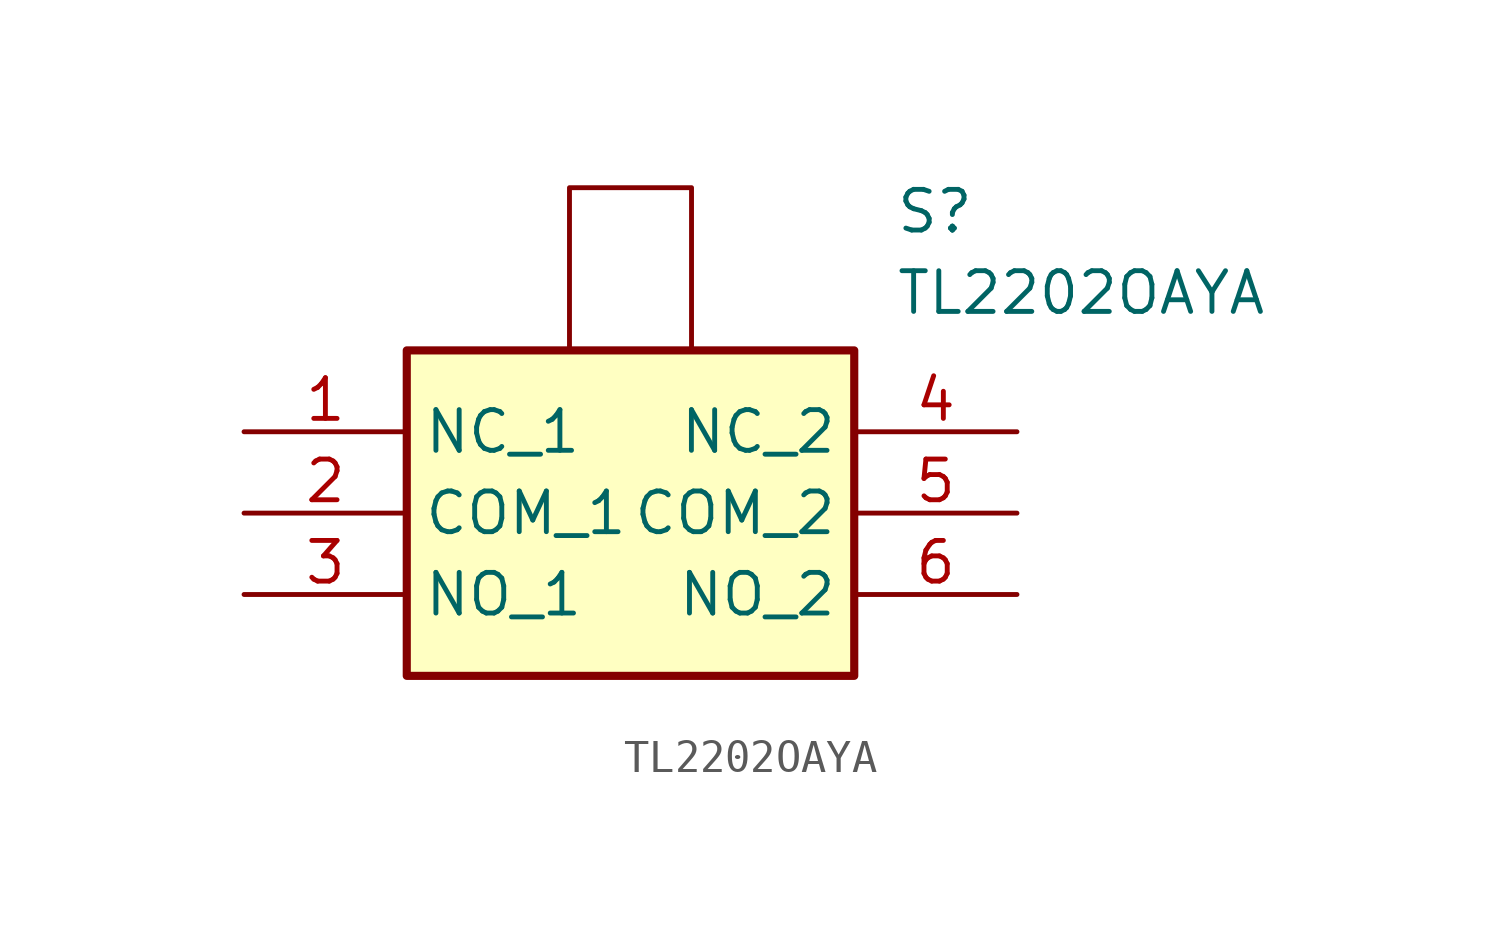
<source format=kicad_sym>
(kicad_symbol_lib
  (version 20220914)
  (generator kicad_symbol_editor)
  (symbol "TL2202OAYA"
    (property "Reference" "S"
      (at 26.67 7.62 0)
      (effects (font (size 1.27 1.27)) (justify left top)))
    (property "Value" "TL2202OAYA"
      (at 26.67 5.08 0)
      (effects (font (size 1.27 1.27)) (justify left top)))
    (symbol "TL2202OAYA_0_1"
      (rectangle (start 16.51 2.54) (end 20.32 7.62) (stroke (width 0) (type default)) (fill (type none))))
    (symbol "TL2202OAYA_1_1"
      (rectangle (start 11.43 2.54) (end 25.4 -7.62) (stroke (width 0.254) (type default)) (fill (type background)))
      (pin passive line (at 6.35 0 0) (length 5.08) (name "NC_1" (effects (font (size 1.27 1.27)))) (number "1" (effects (font (size 1.27 1.27)))))
      (pin passive line (at 6.35 -2.54 0) (length 5.08) (name "COM_1" (effects (font (size 1.27 1.27)))) (number "2" (effects (font (size 1.27 1.27)))))
      (pin passive line (at 6.35 -5.08 0) (length 5.08) (name "NO_1" (effects (font (size 1.27 1.27)))) (number "3" (effects (font (size 1.27 1.27)))))
      (pin passive line (at 30.48 0 180) (length 5.08) (name "NC_2" (effects (font (size 1.27 1.27)))) (number "4" (effects (font (size 1.27 1.27)))))
      (pin passive line (at 30.48 -2.54 180) (length 5.08) (name "COM_2" (effects (font (size 1.27 1.27)))) (number "5" (effects (font (size 1.27 1.27)))))
      (pin passive line (at 30.48 -5.08 180) (length 5.08) (name "NO_2" (effects (font (size 1.27 1.27)))) (number "6" (effects (font (size 1.27 1.27))))))))
</source>
